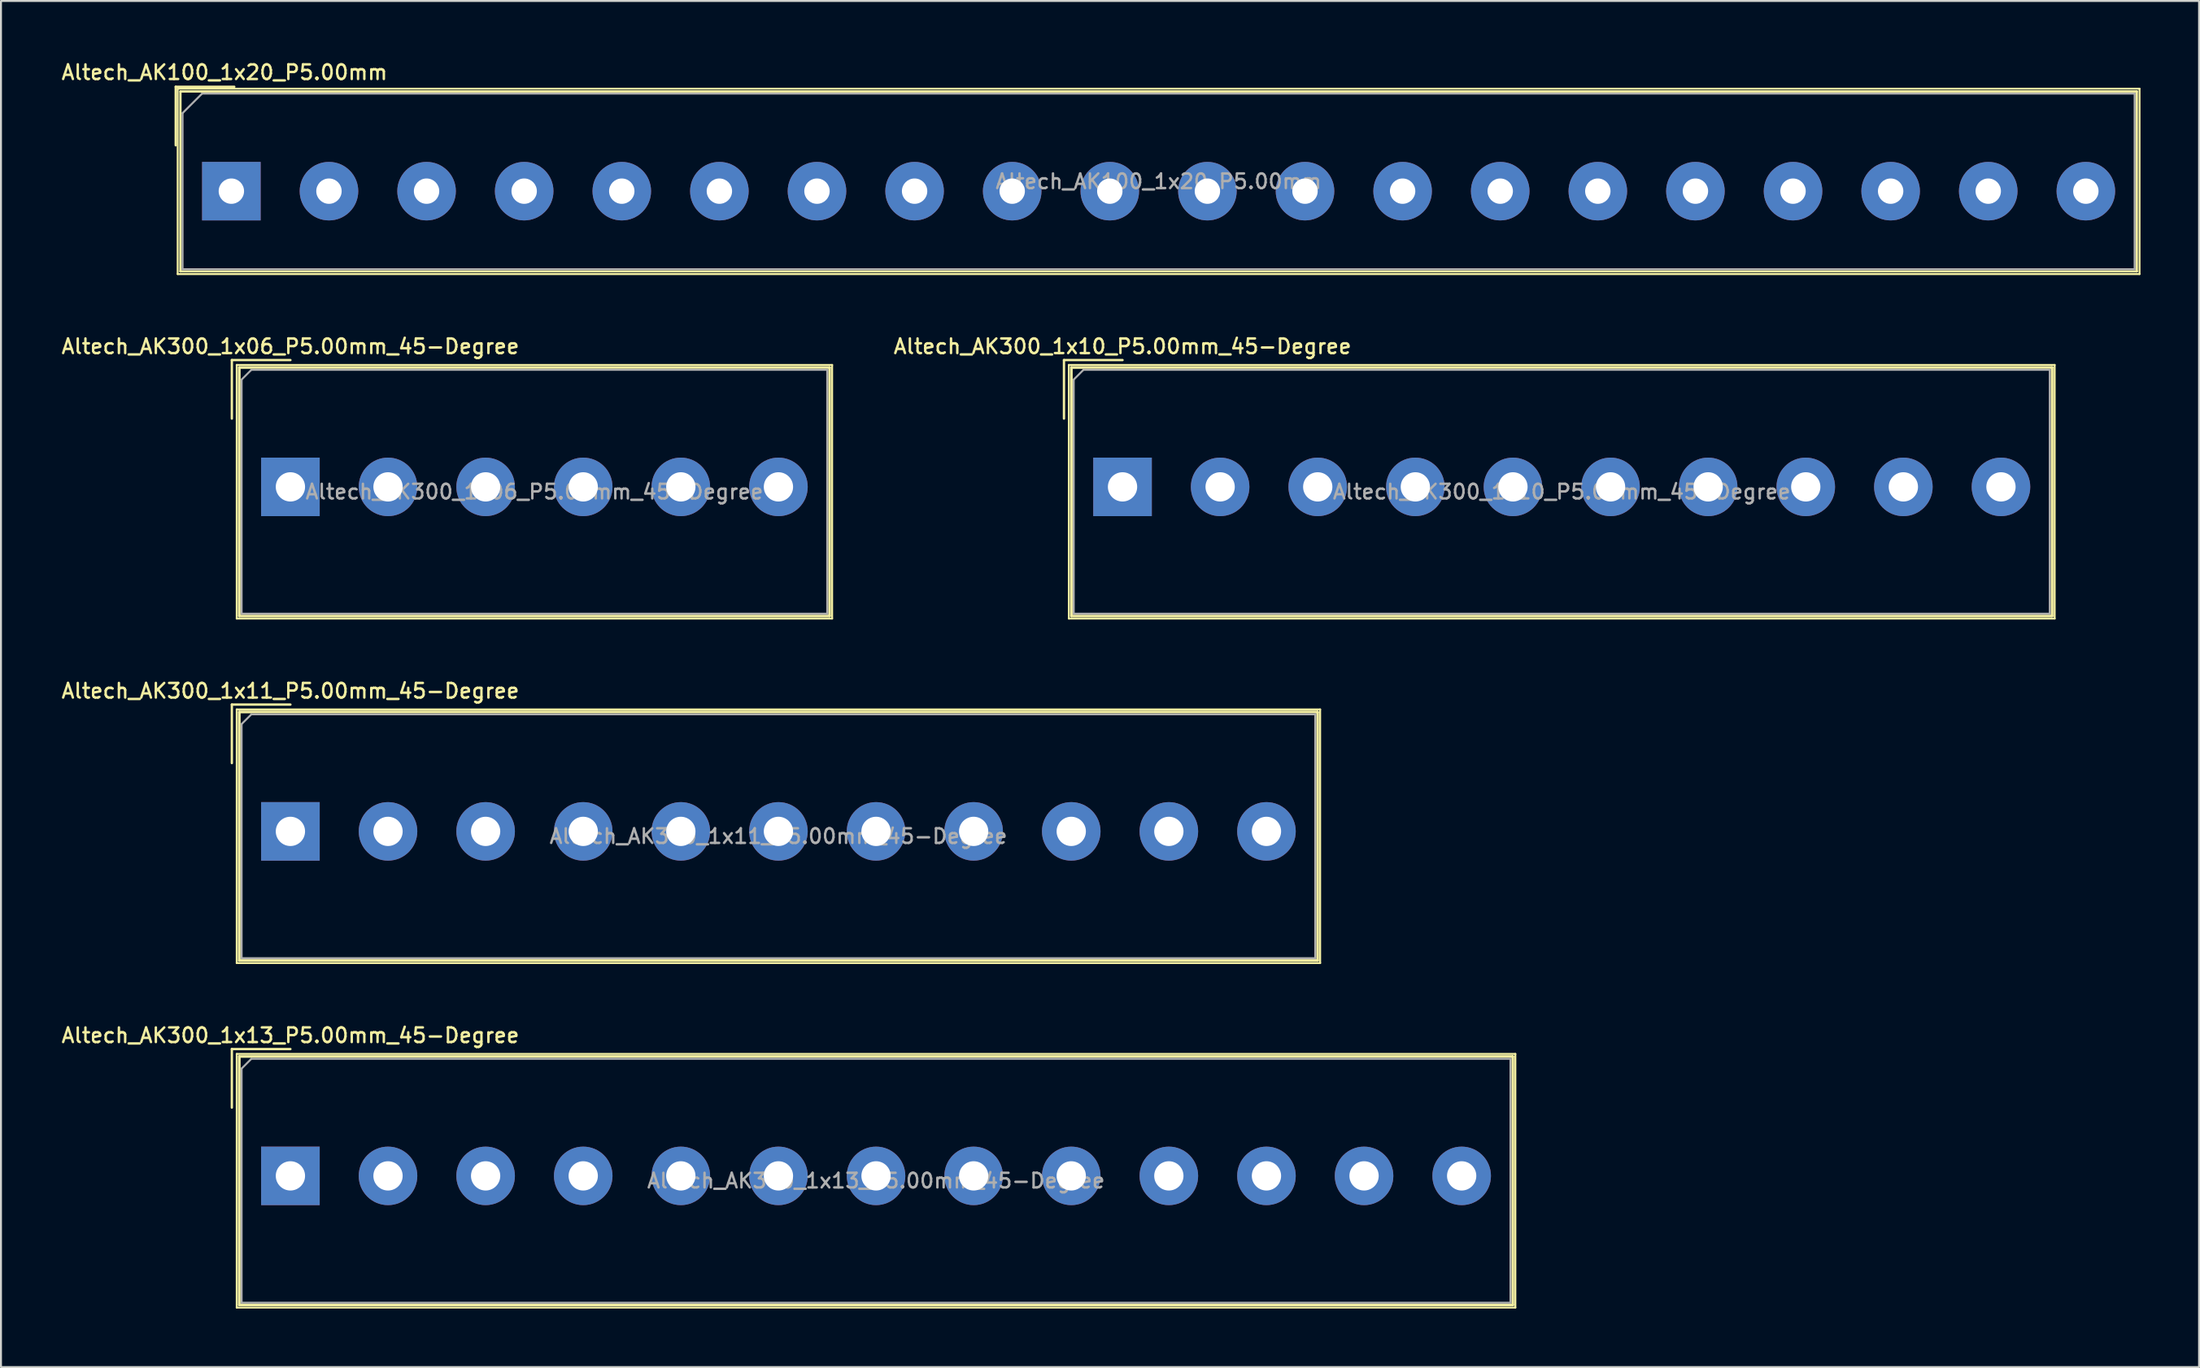
<source format=kicad_pcb>
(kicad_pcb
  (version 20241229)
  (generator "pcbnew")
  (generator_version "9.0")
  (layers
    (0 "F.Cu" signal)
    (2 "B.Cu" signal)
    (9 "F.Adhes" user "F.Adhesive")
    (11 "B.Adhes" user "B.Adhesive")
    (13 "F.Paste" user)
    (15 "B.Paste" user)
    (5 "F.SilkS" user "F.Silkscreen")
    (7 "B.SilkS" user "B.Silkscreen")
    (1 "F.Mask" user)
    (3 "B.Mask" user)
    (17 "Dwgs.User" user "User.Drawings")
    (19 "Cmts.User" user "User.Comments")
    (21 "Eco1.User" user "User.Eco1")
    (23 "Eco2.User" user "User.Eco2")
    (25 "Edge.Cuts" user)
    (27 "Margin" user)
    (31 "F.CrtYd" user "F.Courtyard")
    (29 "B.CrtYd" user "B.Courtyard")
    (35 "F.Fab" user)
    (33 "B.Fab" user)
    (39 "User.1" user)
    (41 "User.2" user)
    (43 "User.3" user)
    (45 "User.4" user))
  (footprint "Altech_AK300_1x11_P5.00mm_45-Degree"
    (layer "F.Cu")
    (at 11.827 39.564)
    (property "Reference" "Altech_AK300_1x11_P5.00mm_45-Degree" (at 0 -7.2 0) (layer "F.SilkS") (effects (font (size 0.75 0.75) (thickness 0.125))))
    (attr through_hole)
    (fp_line (start -3 -6.5) (end 0 -6.5) (stroke (width 0.12) (type solid)) (layer "F.SilkS"))
    (fp_line (start -3 -3.5) (end -3 -6.5) (stroke (width 0.12) (type solid)) (layer "F.SilkS"))
    (fp_line (start -2.75 -6.25) (end -2.75 6.75) (stroke (width 0.1) (type solid)) (layer "F.SilkS"))
    (fp_line (start -2.75 -6.25) (end 52.75 -6.25) (stroke (width 0.1) (type solid)) (layer "F.SilkS"))
    (fp_line (start -2.75 6.75) (end 52.75 6.75) (stroke (width 0.1) (type solid)) (layer "F.SilkS"))
    (fp_line (start -2.62 -6.12) (end -2.62 6.62) (stroke (width 0.12) (type solid)) (layer "F.SilkS"))
    (fp_line (start -2.62 -6.12) (end -2.62 6.62) (stroke (width 0.12) (type solid)) (layer "F.SilkS"))
    (fp_line (start -2.62 -6.12) (end 52.62 -6.12) (stroke (width 0.12) (type solid)) (layer "F.SilkS"))
    (fp_line (start -2.62 -6.12) (end 52.62 -6.12) (stroke (width 0.12) (type solid)) (layer "F.SilkS"))
    (fp_line (start -2.62 6.62) (end 52.62 6.62) (stroke (width 0.12) (type solid)) (layer "F.SilkS"))
    (fp_line (start -2.62 6.62) (end 52.62 6.62) (stroke (width 0.12) (type solid)) (layer "F.SilkS"))
    (fp_line (start 52.62 -6.12) (end 52.62 6.62) (stroke (width 0.12) (type solid)) (layer "F.SilkS"))
    (fp_line (start 52.62 -6.12) (end 52.62 6.62) (stroke (width 0.12) (type solid)) (layer "F.SilkS"))
    (fp_line (start 52.75 -6.25) (end 52.75 6.75) (stroke (width 0.1) (type solid)) (layer "F.SilkS"))
    (fp_line (start -2.5 -5.5) (end -2 -6) (stroke (width 0.1) (type solid)) (layer "F.Fab"))
    (fp_line (start -2.5 6.5) (end -2.5 -5.5) (stroke (width 0.1) (type solid)) (layer "F.Fab"))
    (fp_line (start -2 -6) (end 52.5 -6) (stroke (width 0.1) (type solid)) (layer "F.Fab"))
    (fp_line (start 52.5 -6) (end 52.5 6.5) (stroke (width 0.1) (type solid)) (layer "F.Fab"))
    (fp_line (start 52.5 6.5) (end -2.5 6.5) (stroke (width 0.1) (type solid)) (layer "F.Fab"))
    (fp_text user "${REFERENCE}" (at 25 0.25 0) (layer "F.Fab") (effects (font (size 0.75 0.75) (thickness 0.125))))
    (pad "1" thru_hole rect (at 0 0) (size 3 3) (drill 1.5) (layers "*.Cu" "*.Mask"))
    (pad "2" thru_hole circle (at 5 0) (size 3 3) (drill 1.5) (layers "*.Cu" "*.Mask"))
    (pad "3" thru_hole circle (at 10 0) (size 3 3) (drill 1.5) (layers "*.Cu" "*.Mask"))
    (pad "4" thru_hole circle (at 15 0) (size 3 3) (drill 1.5) (layers "*.Cu" "*.Mask"))
    (pad "5" thru_hole circle (at 20 0) (size 3 3) (drill 1.5) (layers "*.Cu" "*.Mask"))
    (pad "6" thru_hole circle (at 25 0) (size 3 3) (drill 1.5) (layers "*.Cu" "*.Mask"))
    (pad "7" thru_hole circle (at 30 0) (size 3 3) (drill 1.5) (layers "*.Cu" "*.Mask"))
    (pad "8" thru_hole circle (at 35 0) (size 3 3) (drill 1.5) (layers "*.Cu" "*.Mask"))
    (pad "9" thru_hole circle (at 40 0) (size 3 3) (drill 1.5) (layers "*.Cu" "*.Mask"))
    (pad "10" thru_hole circle (at 45 0) (size 3 3) (drill 1.5) (layers "*.Cu" "*.Mask"))
    (pad "11" thru_hole circle (at 50 0) (size 3 3) (drill 1.5) (layers "*.Cu" "*.Mask")))
  (footprint "Altech_AK300_1x06_P5.00mm_45-Degree"
    (layer "F.Cu")
    (at 11.827 21.906)
    (property "Reference" "Altech_AK300_1x06_P5.00mm_45-Degree" (at 0 -7.2 0) (layer "F.SilkS") (effects (font (size 0.75 0.75) (thickness 0.125))))
    (attr through_hole)
    (fp_line (start -3 -6.5) (end 0 -6.5) (stroke (width 0.12) (type solid)) (layer "F.SilkS"))
    (fp_line (start -3 -3.5) (end -3 -6.5) (stroke (width 0.12) (type solid)) (layer "F.SilkS"))
    (fp_line (start -2.75 -6.25) (end -2.75 6.75) (stroke (width 0.1) (type solid)) (layer "F.SilkS"))
    (fp_line (start -2.75 -6.25) (end 27.75 -6.25) (stroke (width 0.1) (type solid)) (layer "F.SilkS"))
    (fp_line (start -2.75 6.75) (end 27.75 6.75) (stroke (width 0.1) (type solid)) (layer "F.SilkS"))
    (fp_line (start -2.62 -6.12) (end -2.62 6.62) (stroke (width 0.12) (type solid)) (layer "F.SilkS"))
    (fp_line (start -2.62 -6.12) (end -2.62 6.62) (stroke (width 0.12) (type solid)) (layer "F.SilkS"))
    (fp_line (start -2.62 -6.12) (end 27.62 -6.12) (stroke (width 0.12) (type solid)) (layer "F.SilkS"))
    (fp_line (start -2.62 -6.12) (end 27.62 -6.12) (stroke (width 0.12) (type solid)) (layer "F.SilkS"))
    (fp_line (start -2.62 6.62) (end 27.62 6.62) (stroke (width 0.12) (type solid)) (layer "F.SilkS"))
    (fp_line (start -2.62 6.62) (end 27.62 6.62) (stroke (width 0.12) (type solid)) (layer "F.SilkS"))
    (fp_line (start 27.62 -6.12) (end 27.62 6.62) (stroke (width 0.12) (type solid)) (layer "F.SilkS"))
    (fp_line (start 27.62 -6.12) (end 27.62 6.62) (stroke (width 0.12) (type solid)) (layer "F.SilkS"))
    (fp_line (start 27.75 -6.25) (end 27.75 6.75) (stroke (width 0.1) (type solid)) (layer "F.SilkS"))
    (fp_line (start -2.5 -5.5) (end -2 -6) (stroke (width 0.1) (type solid)) (layer "F.Fab"))
    (fp_line (start -2.5 6.5) (end -2.5 -5.5) (stroke (width 0.1) (type solid)) (layer "F.Fab"))
    (fp_line (start -2 -6) (end 27.5 -6) (stroke (width 0.1) (type solid)) (layer "F.Fab"))
    (fp_line (start 27.5 -6) (end 27.5 6.5) (stroke (width 0.1) (type solid)) (layer "F.Fab"))
    (fp_line (start 27.5 6.5) (end -2.5 6.5) (stroke (width 0.1) (type solid)) (layer "F.Fab"))
    (fp_text user "${REFERENCE}" (at 12.5 0.25 0) (layer "F.Fab") (effects (font (size 0.75 0.75) (thickness 0.125))))
    (pad "1" thru_hole rect (at 0 0) (size 3 3) (drill 1.5) (layers "*.Cu" "*.Mask"))
    (pad "2" thru_hole circle (at 5 0) (size 3 3) (drill 1.5) (layers "*.Cu" "*.Mask"))
    (pad "3" thru_hole circle (at 10 0) (size 3 3) (drill 1.5) (layers "*.Cu" "*.Mask"))
    (pad "4" thru_hole circle (at 15 0) (size 3 3) (drill 1.5) (layers "*.Cu" "*.Mask"))
    (pad "5" thru_hole circle (at 20 0) (size 3 3) (drill 1.5) (layers "*.Cu" "*.Mask"))
    (pad "6" thru_hole circle (at 25 0) (size 3 3) (drill 1.5) (layers "*.Cu" "*.Mask")))
  (footprint "Altech_AK100_1x20_P5.00mm"
    (layer "F.Cu")
    (at 8.802 6.748)
    (property "Reference" "Altech_AK100_1x20_P5.00mm" (at -0.35 -6.09 0) (layer "F.SilkS") (effects (font (size 0.75 0.75) (thickness 0.125))))
    (attr through_hole)
    (fp_line (start -2.85 -5.35) (end 0.15 -5.35) (stroke (width 0.12) (type solid)) (layer "F.SilkS"))
    (fp_line (start -2.85 -2.35) (end -2.85 -5.35) (stroke (width 0.12) (type solid)) (layer "F.SilkS"))
    (fp_line (start -2.75 -5.25) (end -2.75 4.25) (stroke (width 0.1) (type solid)) (layer "F.SilkS"))
    (fp_line (start -2.75 -5.25) (end 97.75 -5.25) (stroke (width 0.1) (type solid)) (layer "F.SilkS"))
    (fp_line (start -2.75 4.25) (end 97.75 4.25) (stroke (width 0.1) (type solid)) (layer "F.SilkS"))
    (fp_line (start -2.61 -5.11) (end -2.61 4.11) (stroke (width 0.12) (type solid)) (layer "F.SilkS"))
    (fp_line (start -2.61 -5.11) (end 97.61 -5.11) (stroke (width 0.12) (type solid)) (layer "F.SilkS"))
    (fp_line (start -2.61 4.11) (end 97.61 4.11) (stroke (width 0.12) (type solid)) (layer "F.SilkS"))
    (fp_line (start 97.61 -5.11) (end 97.61 4.11) (stroke (width 0.12) (type solid)) (layer "F.SilkS"))
    (fp_line (start 97.75 -5.25) (end 97.75 4.25) (stroke (width 0.1) (type solid)) (layer "F.SilkS"))
    (fp_line (start -2.5 -4) (end -1.5 -5) (stroke (width 0.1) (type solid)) (layer "F.Fab"))
    (fp_line (start -2.5 4) (end -2.5 -4) (stroke (width 0.1) (type solid)) (layer "F.Fab"))
    (fp_line (start -1.5 -5) (end 97.5 -5) (stroke (width 0.1) (type solid)) (layer "F.Fab"))
    (fp_line (start 97.5 -5) (end 97.5 4) (stroke (width 0.1) (type solid)) (layer "F.Fab"))
    (fp_line (start 97.5 4) (end -2.5 4) (stroke (width 0.1) (type solid)) (layer "F.Fab"))
    (fp_text user "${REFERENCE}" (at 47.5 -0.5 0) (layer "F.Fab") (effects (font (size 0.75 0.75) (thickness 0.125))))
    (pad "1" thru_hole rect (at 0 0) (size 3 3) (drill 1.3) (layers "*.Cu" "*.Mask"))
    (pad "2" thru_hole circle (at 5 0) (size 3 3) (drill 1.3) (layers "*.Cu" "*.Mask"))
    (pad "3" thru_hole circle (at 10 0) (size 3 3) (drill 1.3) (layers "*.Cu" "*.Mask"))
    (pad "4" thru_hole circle (at 15 0) (size 3 3) (drill 1.3) (layers "*.Cu" "*.Mask"))
    (pad "5" thru_hole circle (at 20 0) (size 3 3) (drill 1.3) (layers "*.Cu" "*.Mask"))
    (pad "6" thru_hole circle (at 25 0) (size 3 3) (drill 1.3) (layers "*.Cu" "*.Mask"))
    (pad "7" thru_hole circle (at 30 0) (size 3 3) (drill 1.3) (layers "*.Cu" "*.Mask"))
    (pad "8" thru_hole circle (at 35 0) (size 3 3) (drill 1.3) (layers "*.Cu" "*.Mask"))
    (pad "9" thru_hole circle (at 40 0) (size 3 3) (drill 1.3) (layers "*.Cu" "*.Mask"))
    (pad "10" thru_hole circle (at 45 0) (size 3 3) (drill 1.3) (layers "*.Cu" "*.Mask"))
    (pad "11" thru_hole circle (at 50 0) (size 3 3) (drill 1.3) (layers "*.Cu" "*.Mask"))
    (pad "12" thru_hole circle (at 55 0) (size 3 3) (drill 1.3) (layers "*.Cu" "*.Mask"))
    (pad "13" thru_hole circle (at 60 0) (size 3 3) (drill 1.3) (layers "*.Cu" "*.Mask"))
    (pad "14" thru_hole circle (at 65 0) (size 3 3) (drill 1.3) (layers "*.Cu" "*.Mask"))
    (pad "15" thru_hole circle (at 70 0) (size 3 3) (drill 1.3) (layers "*.Cu" "*.Mask"))
    (pad "16" thru_hole circle (at 75 0) (size 3 3) (drill 1.3) (layers "*.Cu" "*.Mask"))
    (pad "17" thru_hole circle (at 80 0) (size 3 3) (drill 1.3) (layers "*.Cu" "*.Mask"))
    (pad "18" thru_hole circle (at 85 0) (size 3 3) (drill 1.3) (layers "*.Cu" "*.Mask"))
    (pad "19" thru_hole circle (at 90 0) (size 3 3) (drill 1.3) (layers "*.Cu" "*.Mask"))
    (pad "20" thru_hole circle (at 95 0) (size 3 3) (drill 1.3) (layers "*.Cu" "*.Mask")))
  (footprint "Altech_AK300_1x13_P5.00mm_45-Degree"
    (layer "F.Cu")
    (at 11.827 57.222)
    (property "Reference" "Altech_AK300_1x13_P5.00mm_45-Degree" (at 0 -7.2 0) (layer "F.SilkS") (effects (font (size 0.75 0.75) (thickness 0.125))))
    (attr through_hole)
    (fp_line (start -3 -6.5) (end 0 -6.5) (stroke (width 0.12) (type solid)) (layer "F.SilkS"))
    (fp_line (start -3 -3.5) (end -3 -6.5) (stroke (width 0.12) (type solid)) (layer "F.SilkS"))
    (fp_line (start -2.75 -6.25) (end -2.75 6.75) (stroke (width 0.1) (type solid)) (layer "F.SilkS"))
    (fp_line (start -2.75 -6.25) (end 62.75 -6.25) (stroke (width 0.1) (type solid)) (layer "F.SilkS"))
    (fp_line (start -2.75 6.75) (end 62.75 6.75) (stroke (width 0.1) (type solid)) (layer "F.SilkS"))
    (fp_line (start -2.62 -6.12) (end -2.62 6.62) (stroke (width 0.12) (type solid)) (layer "F.SilkS"))
    (fp_line (start -2.62 -6.12) (end -2.62 6.62) (stroke (width 0.12) (type solid)) (layer "F.SilkS"))
    (fp_line (start -2.62 -6.12) (end 62.62 -6.12) (stroke (width 0.12) (type solid)) (layer "F.SilkS"))
    (fp_line (start -2.62 -6.12) (end 62.62 -6.12) (stroke (width 0.12) (type solid)) (layer "F.SilkS"))
    (fp_line (start -2.62 6.62) (end 62.62 6.62) (stroke (width 0.12) (type solid)) (layer "F.SilkS"))
    (fp_line (start -2.62 6.62) (end 62.62 6.62) (stroke (width 0.12) (type solid)) (layer "F.SilkS"))
    (fp_line (start 62.62 -6.12) (end 62.62 6.62) (stroke (width 0.12) (type solid)) (layer "F.SilkS"))
    (fp_line (start 62.62 -6.12) (end 62.62 6.62) (stroke (width 0.12) (type solid)) (layer "F.SilkS"))
    (fp_line (start 62.75 -6.25) (end 62.75 6.75) (stroke (width 0.1) (type solid)) (layer "F.SilkS"))
    (fp_line (start -2.5 -5.5) (end -2 -6) (stroke (width 0.1) (type solid)) (layer "F.Fab"))
    (fp_line (start -2.5 6.5) (end -2.5 -5.5) (stroke (width 0.1) (type solid)) (layer "F.Fab"))
    (fp_line (start -2 -6) (end 62.5 -6) (stroke (width 0.1) (type solid)) (layer "F.Fab"))
    (fp_line (start 62.5 -6) (end 62.5 6.5) (stroke (width 0.1) (type solid)) (layer "F.Fab"))
    (fp_line (start 62.5 6.5) (end -2.5 6.5) (stroke (width 0.1) (type solid)) (layer "F.Fab"))
    (fp_text user "${REFERENCE}" (at 30 0.25 0) (layer "F.Fab") (effects (font (size 0.75 0.75) (thickness 0.125))))
    (pad "1" thru_hole rect (at 0 0) (size 3 3) (drill 1.5) (layers "*.Cu" "*.Mask"))
    (pad "2" thru_hole circle (at 5 0) (size 3 3) (drill 1.5) (layers "*.Cu" "*.Mask"))
    (pad "3" thru_hole circle (at 10 0) (size 3 3) (drill 1.5) (layers "*.Cu" "*.Mask"))
    (pad "4" thru_hole circle (at 15 0) (size 3 3) (drill 1.5) (layers "*.Cu" "*.Mask"))
    (pad "5" thru_hole circle (at 20 0) (size 3 3) (drill 1.5) (layers "*.Cu" "*.Mask"))
    (pad "6" thru_hole circle (at 25 0) (size 3 3) (drill 1.5) (layers "*.Cu" "*.Mask"))
    (pad "7" thru_hole circle (at 30 0) (size 3 3) (drill 1.5) (layers "*.Cu" "*.Mask"))
    (pad "8" thru_hole circle (at 35 0) (size 3 3) (drill 1.5) (layers "*.Cu" "*.Mask"))
    (pad "9" thru_hole circle (at 40 0) (size 3 3) (drill 1.5) (layers "*.Cu" "*.Mask"))
    (pad "10" thru_hole circle (at 45 0) (size 3 3) (drill 1.5) (layers "*.Cu" "*.Mask"))
    (pad "11" thru_hole circle (at 50 0) (size 3 3) (drill 1.5) (layers "*.Cu" "*.Mask"))
    (pad "12" thru_hole circle (at 55 0) (size 3 3) (drill 1.5) (layers "*.Cu" "*.Mask"))
    (pad "13" thru_hole circle (at 60 0) (size 3 3) (drill 1.5) (layers "*.Cu" "*.Mask")))
  (footprint "Altech_AK300_1x10_P5.00mm_45-Degree"
    (layer "F.Cu")
    (at 54.454 21.906)
    (property "Reference" "Altech_AK300_1x10_P5.00mm_45-Degree" (at 0 -7.2 0) (layer "F.SilkS") (effects (font (size 0.75 0.75) (thickness 0.125))))
    (attr through_hole)
    (fp_line (start -3 -6.5) (end 0 -6.5) (stroke (width 0.12) (type solid)) (layer "F.SilkS"))
    (fp_line (start -3 -3.5) (end -3 -6.5) (stroke (width 0.12) (type solid)) (layer "F.SilkS"))
    (fp_line (start -2.75 -6.25) (end -2.75 6.75) (stroke (width 0.1) (type solid)) (layer "F.SilkS"))
    (fp_line (start -2.75 -6.25) (end 47.75 -6.25) (stroke (width 0.1) (type solid)) (layer "F.SilkS"))
    (fp_line (start -2.75 6.75) (end 47.75 6.75) (stroke (width 0.1) (type solid)) (layer "F.SilkS"))
    (fp_line (start -2.62 -6.12) (end -2.62 6.62) (stroke (width 0.12) (type solid)) (layer "F.SilkS"))
    (fp_line (start -2.62 -6.12) (end -2.62 6.62) (stroke (width 0.12) (type solid)) (layer "F.SilkS"))
    (fp_line (start -2.62 -6.12) (end 47.62 -6.12) (stroke (width 0.12) (type solid)) (layer "F.SilkS"))
    (fp_line (start -2.62 -6.12) (end 47.62 -6.12) (stroke (width 0.12) (type solid)) (layer "F.SilkS"))
    (fp_line (start -2.62 6.62) (end 47.62 6.62) (stroke (width 0.12) (type solid)) (layer "F.SilkS"))
    (fp_line (start -2.62 6.62) (end 47.62 6.62) (stroke (width 0.12) (type solid)) (layer "F.SilkS"))
    (fp_line (start 47.62 -6.12) (end 47.62 6.62) (stroke (width 0.12) (type solid)) (layer "F.SilkS"))
    (fp_line (start 47.62 -6.12) (end 47.62 6.62) (stroke (width 0.12) (type solid)) (layer "F.SilkS"))
    (fp_line (start 47.75 -6.25) (end 47.75 6.75) (stroke (width 0.1) (type solid)) (layer "F.SilkS"))
    (fp_line (start -2.5 -5.5) (end -2 -6) (stroke (width 0.1) (type solid)) (layer "F.Fab"))
    (fp_line (start -2.5 6.5) (end -2.5 -5.5) (stroke (width 0.1) (type solid)) (layer "F.Fab"))
    (fp_line (start -2 -6) (end 47.5 -6) (stroke (width 0.1) (type solid)) (layer "F.Fab"))
    (fp_line (start 47.5 -6) (end 47.5 6.5) (stroke (width 0.1) (type solid)) (layer "F.Fab"))
    (fp_line (start 47.5 6.5) (end -2.5 6.5) (stroke (width 0.1) (type solid)) (layer "F.Fab"))
    (fp_text user "${REFERENCE}" (at 22.5 0.25 0) (layer "F.Fab") (effects (font (size 0.75 0.75) (thickness 0.125))))
    (pad "1" thru_hole rect (at 0 0) (size 3 3) (drill 1.5) (layers "*.Cu" "*.Mask"))
    (pad "2" thru_hole circle (at 5 0) (size 3 3) (drill 1.5) (layers "*.Cu" "*.Mask"))
    (pad "3" thru_hole circle (at 10 0) (size 3 3) (drill 1.5) (layers "*.Cu" "*.Mask"))
    (pad "4" thru_hole circle (at 15 0) (size 3 3) (drill 1.5) (layers "*.Cu" "*.Mask"))
    (pad "5" thru_hole circle (at 20 0) (size 3 3) (drill 1.5) (layers "*.Cu" "*.Mask"))
    (pad "6" thru_hole circle (at 25 0) (size 3 3) (drill 1.5) (layers "*.Cu" "*.Mask"))
    (pad "7" thru_hole circle (at 30 0) (size 3 3) (drill 1.5) (layers "*.Cu" "*.Mask"))
    (pad "8" thru_hole circle (at 35 0) (size 3 3) (drill 1.5) (layers "*.Cu" "*.Mask"))
    (pad "9" thru_hole circle (at 40 0) (size 3 3) (drill 1.5) (layers "*.Cu" "*.Mask"))
    (pad "10" thru_hole circle (at 45 0) (size 3 3) (drill 1.5) (layers "*.Cu" "*.Mask")))
  (gr_rect
    (start -3 -3)
    (end 109.602 67.022)
    (stroke (width 0.1) (type default))
    (fill no)
    (layer "Edge.Cuts")))
</source>
